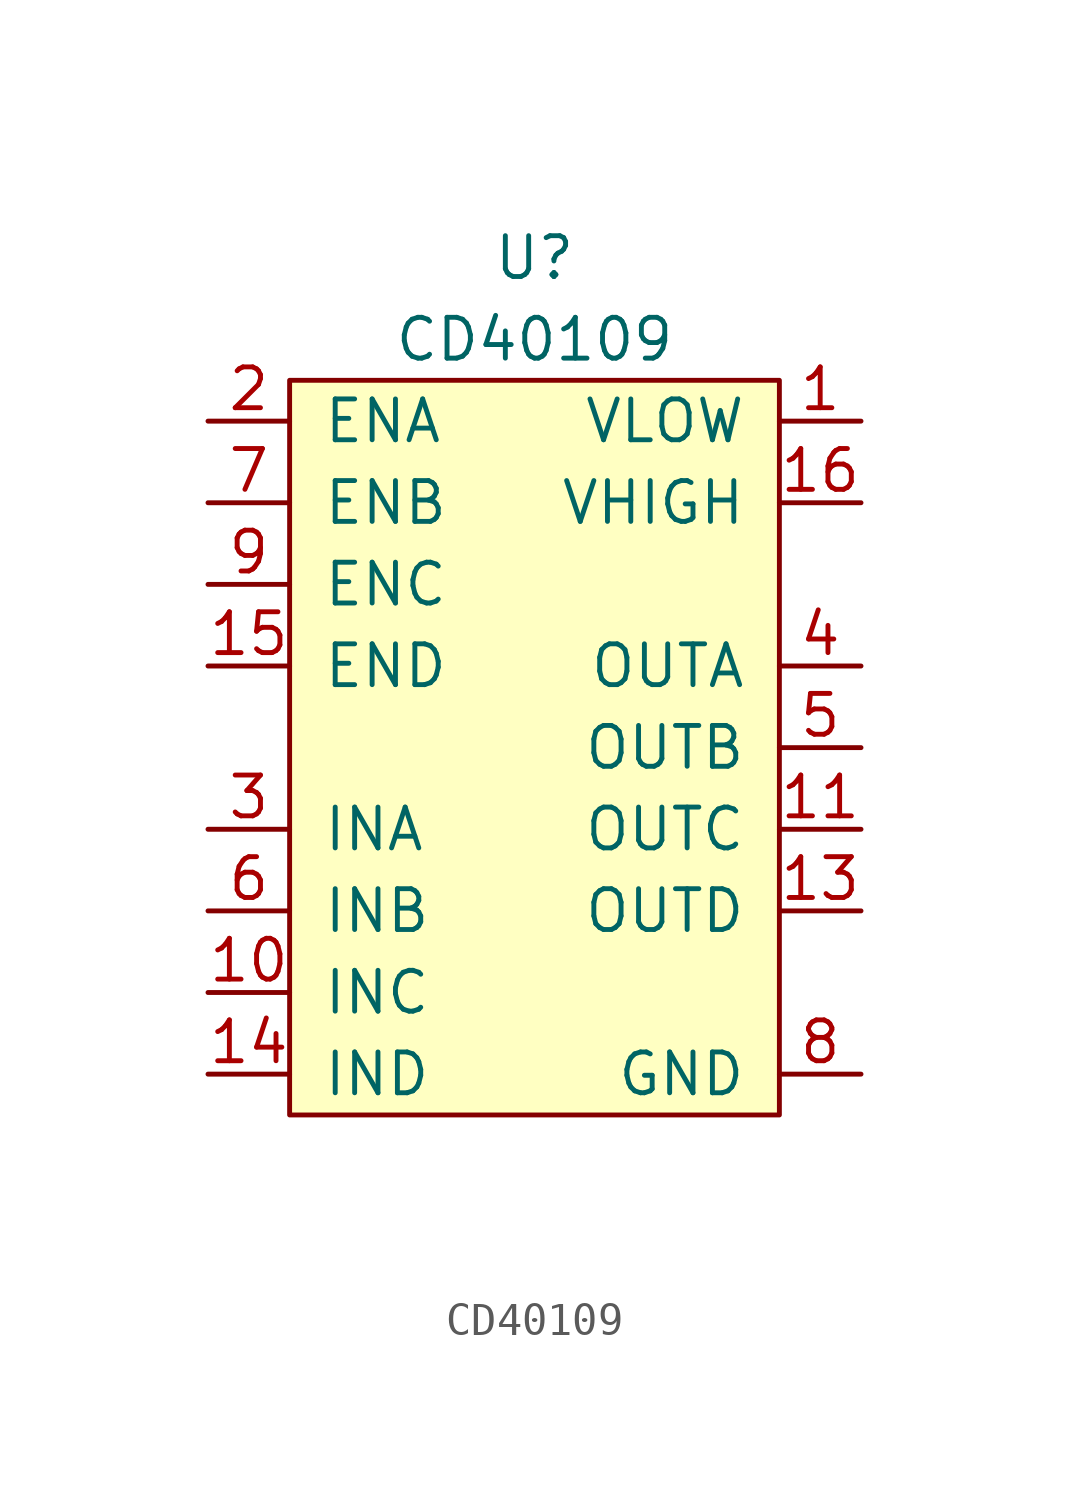
<source format=kicad_sym>
(kicad_symbol_lib
  (version 20220914)
  (generator kicad_symbol_editor)
  (symbol "CD40109"
    (pin_names
      (offset 1.016))
    (property "Reference" "U"
      (at 0 15.24 0)
      (effects (font (size 1.27 1.27))))
    (property "Value" "CD40109"
      (at 0 12.7 0)
      (effects (font (size 1.27 1.27))))
    (symbol "CD40109_0_1"
      (rectangle (start -7.62 11.43) (end 7.62 -11.43) (stroke (width 0) (type solid)) (fill (type background))))
    (symbol "CD40109_1_1"
      (pin power_in line (at 10.16 10.16 180) (length 2.54) (name "VLOW" (effects (font (size 1.27 1.27)))) (number "1" (effects (font (size 1.27 1.27)))))
      (pin input line (at -10.16 -7.62 0) (length 2.54) (name "INC" (effects (font (size 1.27 1.27)))) (number "10" (effects (font (size 1.27 1.27)))))
      (pin output line (at 10.16 -2.54 180) (length 2.54) (name "OUTC" (effects (font (size 1.27 1.27)))) (number "11" (effects (font (size 1.27 1.27)))))
      (pin no_connect line (at 0 -13.97 90) (length 2.54) hide (name "NC" (effects (font (size 1.27 1.27)))) (number "12" (effects (font (size 1.27 1.27)))))
      (pin output line (at 10.16 -5.08 180) (length 2.54) (name "OUTD" (effects (font (size 1.27 1.27)))) (number "13" (effects (font (size 1.27 1.27)))))
      (pin input line (at -10.16 -10.16 0) (length 2.54) (name "IND" (effects (font (size 1.27 1.27)))) (number "14" (effects (font (size 1.27 1.27)))))
      (pin input line (at -10.16 2.54 0) (length 2.54) (name "END" (effects (font (size 1.27 1.27)))) (number "15" (effects (font (size 1.27 1.27)))))
      (pin power_in line (at 10.16 7.62 180) (length 2.54) (name "VHIGH" (effects (font (size 1.27 1.27)))) (number "16" (effects (font (size 1.27 1.27)))))
      (pin input line (at -10.16 10.16 0) (length 2.54) (name "ENA" (effects (font (size 1.27 1.27)))) (number "2" (effects (font (size 1.27 1.27)))))
      (pin input line (at -10.16 -2.54 0) (length 2.54) (name "INA" (effects (font (size 1.27 1.27)))) (number "3" (effects (font (size 1.27 1.27)))))
      (pin output line (at 10.16 2.54 180) (length 2.54) (name "OUTA" (effects (font (size 1.27 1.27)))) (number "4" (effects (font (size 1.27 1.27)))))
      (pin output line (at 10.16 0 180) (length 2.54) (name "OUTB" (effects (font (size 1.27 1.27)))) (number "5" (effects (font (size 1.27 1.27)))))
      (pin input line (at -10.16 -5.08 0) (length 2.54) (name "INB" (effects (font (size 1.27 1.27)))) (number "6" (effects (font (size 1.27 1.27)))))
      (pin input line (at -10.16 7.62 0) (length 2.54) (name "ENB" (effects (font (size 1.27 1.27)))) (number "7" (effects (font (size 1.27 1.27)))))
      (pin power_in line (at 10.16 -10.16 180) (length 2.54) (name "GND" (effects (font (size 1.27 1.27)))) (number "8" (effects (font (size 1.27 1.27)))))
      (pin input line (at -10.16 5.08 0) (length 2.54) (name "ENC" (effects (font (size 1.27 1.27)))) (number "9" (effects (font (size 1.27 1.27))))))))
</source>
